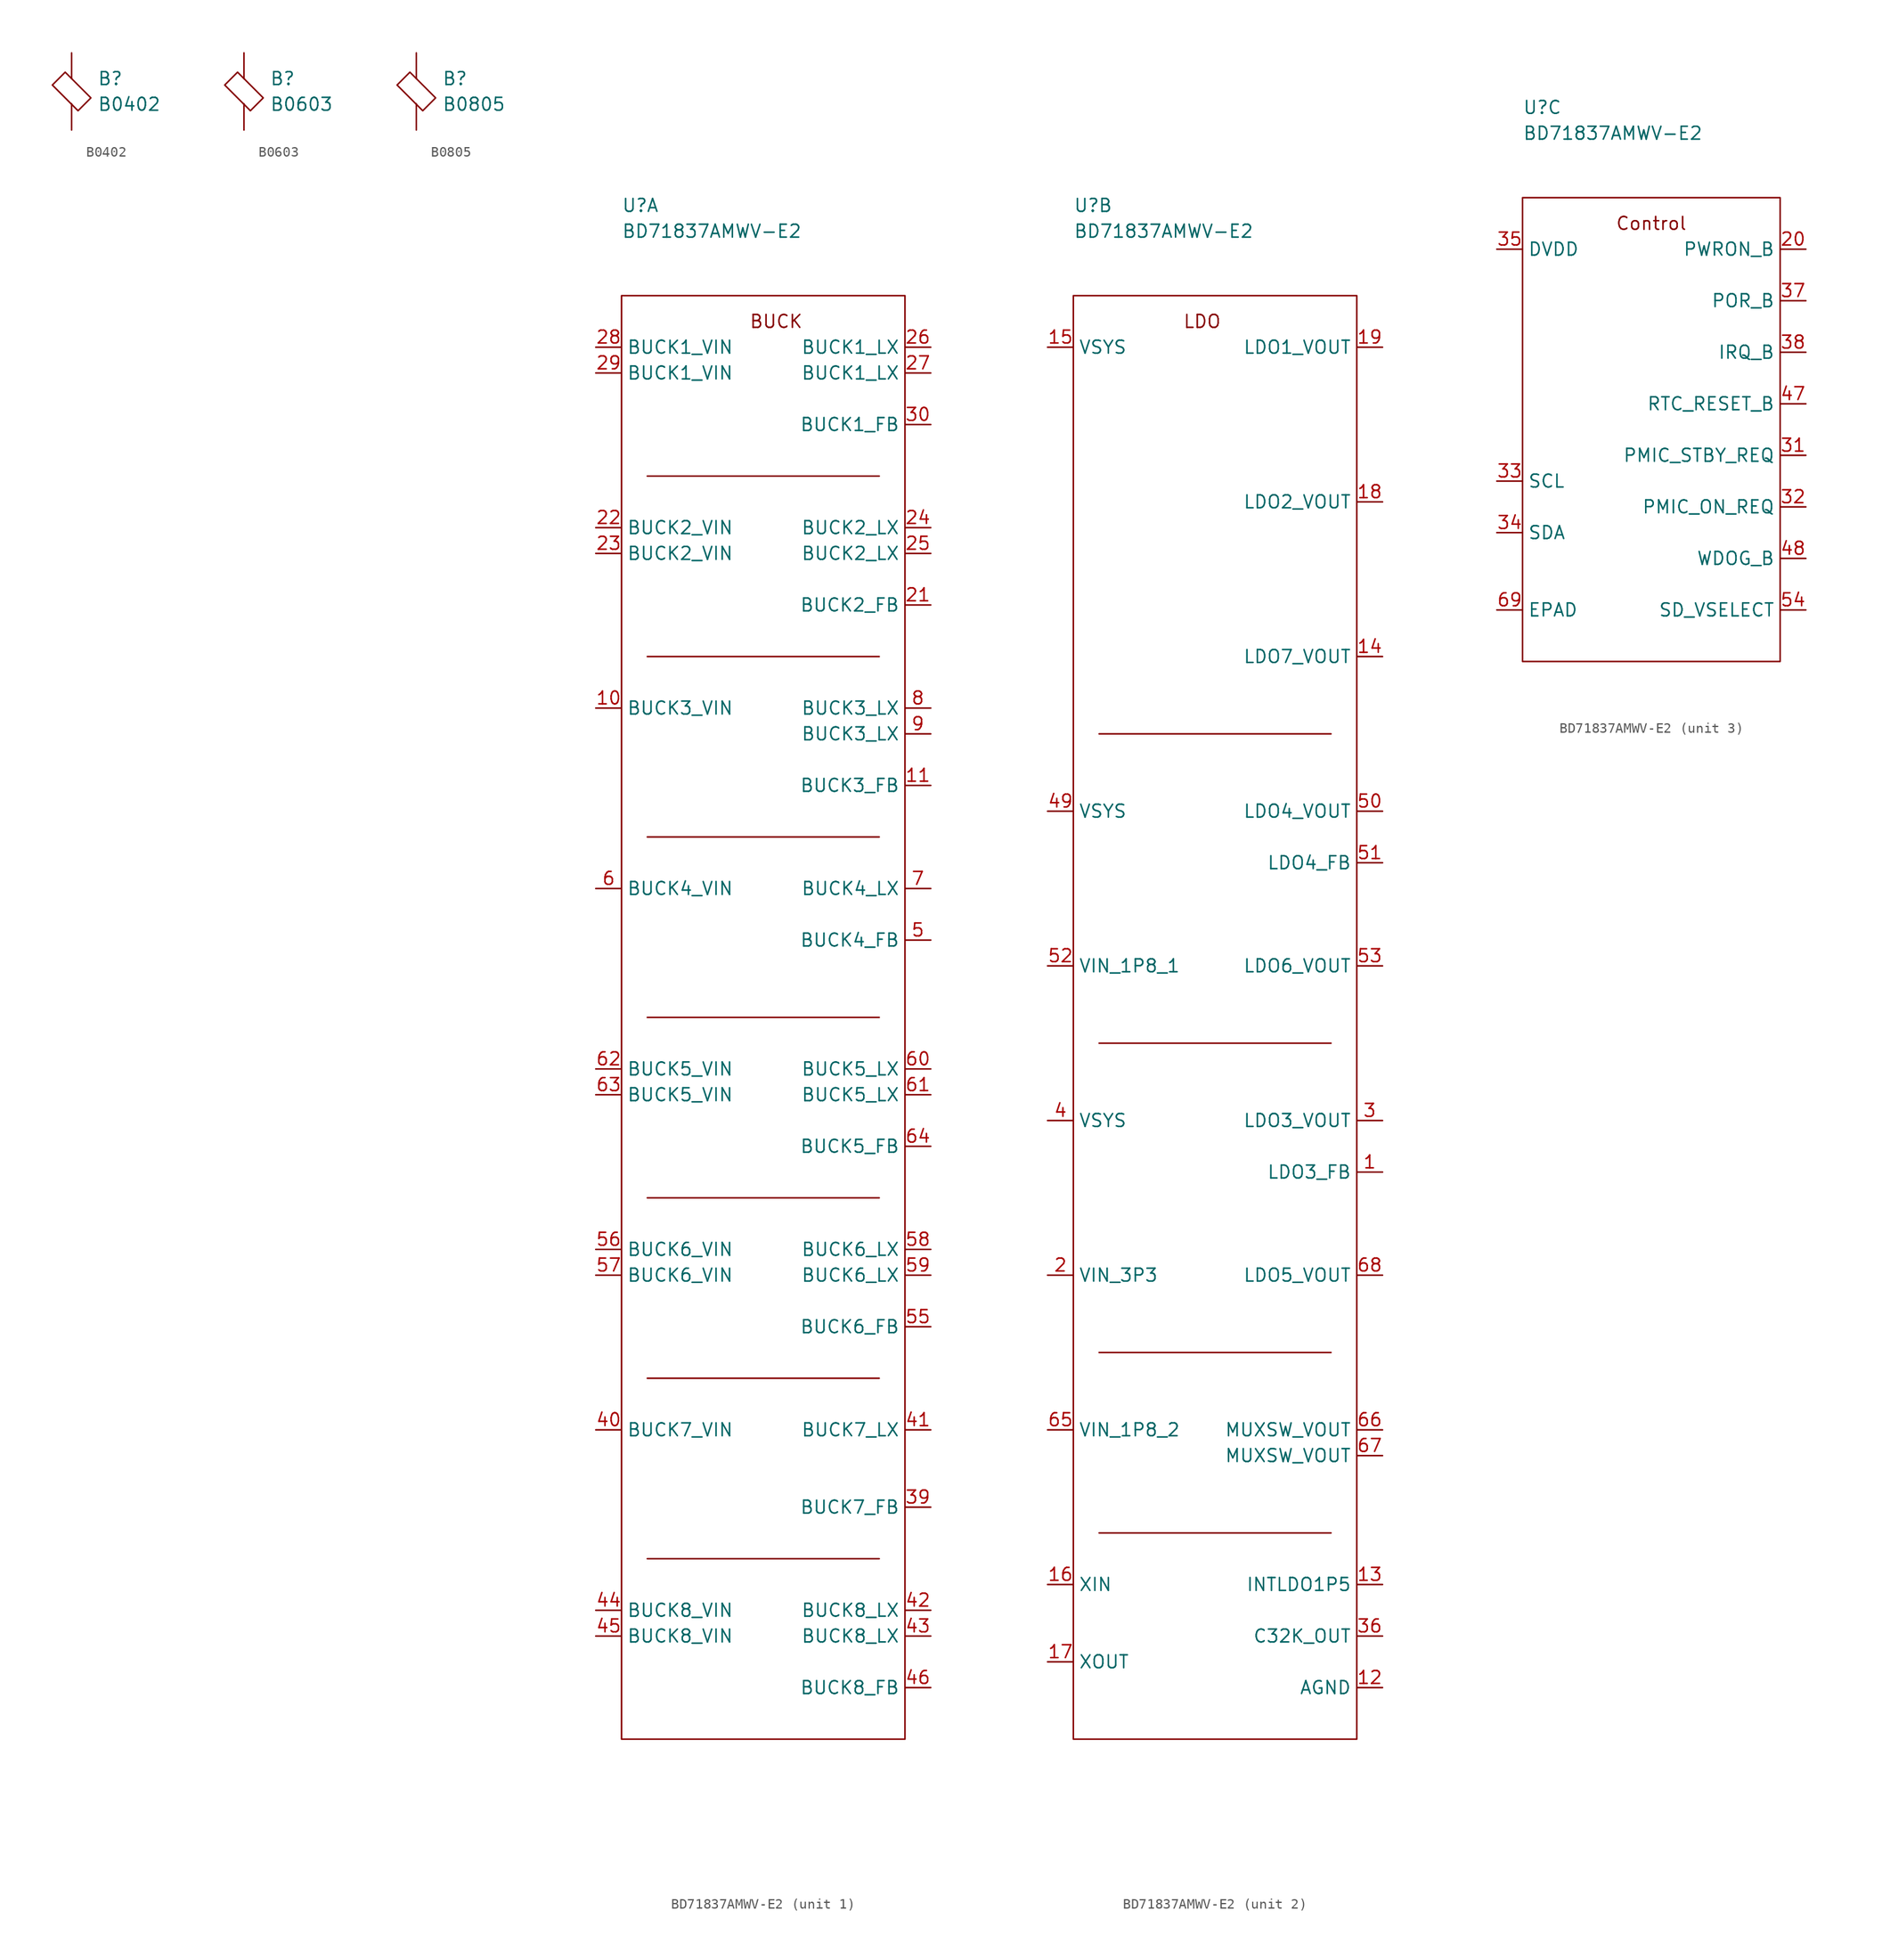
<source format=kicad_sym>
(kicad_symbol_lib
  (version 20211014)
  (generator kicad_symbol_editor)
  (symbol "B0402"
    (pin_numbers hide)
    (pin_names
      (offset 0))
    (property "Reference" "B"
      (at 2.54 2.54 0)
      (effects (font (size 1.27 1.27)) (justify left)))
    (property "Value" "B0402"
      (at 2.54 0 0)
      (effects (font (size 1.27 1.27)) (justify left)))
    (symbol "B0402_0_1"
      (polyline (pts (xy 0 0) (xy 0 0.051)) (stroke (width 0) (type default) (color 0 0 0 0)) (fill (type none)))
      (polyline (pts (xy 0 2.54) (xy 0 2.565)) (stroke (width 0) (type default) (color 0 0 0 0)) (fill (type none)))
      (polyline (pts (xy -1.905 1.905) (xy -0.635 3.175) (xy 1.905 0.635) (xy 0.635 -0.635) (xy -1.905 1.905)) (stroke (width 0.152) (type default) (color 0 0 0 0)) (fill (type none))))
    (symbol "B0402_1_1"
      (pin passive line (at 0 5.08 270) (length 2.54) (name "~" (effects (font (size 1.27 1.27)))) (number "1" (effects (font (size 1.27 1.27)))))
      (pin passive line (at 0 -2.54 90) (length 2.54) (name "~" (effects (font (size 1.27 1.27)))) (number "2" (effects (font (size 1.27 1.27)))))))
  (symbol "B0603"
    (pin_numbers hide)
    (pin_names
      (offset 0))
    (property "Reference" "B"
      (at 2.54 2.54 0)
      (effects (font (size 1.27 1.27)) (justify left)))
    (property "Value" "B0603"
      (at 2.54 0 0)
      (effects (font (size 1.27 1.27)) (justify left)))
    (symbol "B0603_0_1"
      (polyline (pts (xy 0 0) (xy 0 0.051)) (stroke (width 0) (type default) (color 0 0 0 0)) (fill (type none)))
      (polyline (pts (xy 0 2.54) (xy 0 2.565)) (stroke (width 0) (type default) (color 0 0 0 0)) (fill (type none)))
      (polyline (pts (xy -1.905 1.905) (xy -0.635 3.175) (xy 1.905 0.635) (xy 0.635 -0.635) (xy -1.905 1.905)) (stroke (width 0.152) (type default) (color 0 0 0 0)) (fill (type none))))
    (symbol "B0603_1_1"
      (pin passive line (at 0 5.08 270) (length 2.54) (name "~" (effects (font (size 1.27 1.27)))) (number "1" (effects (font (size 1.27 1.27)))))
      (pin passive line (at 0 -2.54 90) (length 2.54) (name "~" (effects (font (size 1.27 1.27)))) (number "2" (effects (font (size 1.27 1.27)))))))
  (symbol "B0805"
    (pin_numbers hide)
    (pin_names
      (offset 0))
    (property "Reference" "B"
      (at 2.54 2.54 0)
      (effects (font (size 1.27 1.27)) (justify left)))
    (property "Value" "B0805"
      (at 2.54 0 0)
      (effects (font (size 1.27 1.27)) (justify left)))
    (symbol "B0805_0_1"
      (polyline (pts (xy 0 0) (xy 0 0.051)) (stroke (width 0) (type default) (color 0 0 0 0)) (fill (type none)))
      (polyline (pts (xy 0 2.54) (xy 0 2.565)) (stroke (width 0) (type default) (color 0 0 0 0)) (fill (type none)))
      (polyline (pts (xy -1.905 1.905) (xy -0.635 3.175) (xy 1.905 0.635) (xy 0.635 -0.635) (xy -1.905 1.905)) (stroke (width 0.152) (type default) (color 0 0 0 0)) (fill (type none))))
    (symbol "B0805_1_1"
      (pin passive line (at 0 5.08 270) (length 2.54) (name "~" (effects (font (size 1.27 1.27)))) (number "1" (effects (font (size 1.27 1.27)))))
      (pin passive line (at 0 -2.54 90) (length 2.54) (name "~" (effects (font (size 1.27 1.27)))) (number "2" (effects (font (size 1.27 1.27)))))))
  (symbol "BD71837AMWV-E2"
    (property "Reference" "U"
      (at 0 8.89 0)
      (effects (font (size 1.27 1.27)) (justify left)))
    (property "Value" "BD71837AMWV-E2"
      (at 0 6.35 0)
      (effects (font (size 1.27 1.27)) (justify left)))
    (symbol "BD71837AMWV-E2_1_1"
      (polyline (pts (xy 2.54 -124.46) (xy 25.4 -124.46)) (stroke (width 0.152) (type default) (color 0 0 0 0)) (fill (type none)))
      (polyline (pts (xy 2.54 -106.68) (xy 25.4 -106.68)) (stroke (width 0.152) (type default) (color 0 0 0 0)) (fill (type none)))
      (polyline (pts (xy 2.54 -88.9) (xy 25.4 -88.9)) (stroke (width 0.152) (type default) (color 0 0 0 0)) (fill (type none)))
      (polyline (pts (xy 2.54 -71.12) (xy 25.4 -71.12)) (stroke (width 0.152) (type default) (color 0 0 0 0)) (fill (type none)))
      (polyline (pts (xy 2.54 -53.34) (xy 25.4 -53.34)) (stroke (width 0.152) (type default) (color 0 0 0 0)) (fill (type none)))
      (polyline (pts (xy 2.54 -35.56) (xy 25.4 -35.56)) (stroke (width 0.152) (type default) (color 0 0 0 0)) (fill (type none)))
      (polyline (pts (xy 2.54 -17.78) (xy 25.4 -17.78)) (stroke (width 0.152) (type default) (color 0 0 0 0)) (fill (type none)))
      (rectangle (start 0 0) (end 27.94 -142.24) (stroke (width 0.152) (type default) (color 0 0 0 0)) (fill (type none)))
      (text "BUCK" (at 15.24 -2.54 0) (effects (font (size 1.27 1.27))))
      (pin passive line (at -2.54 -40.64 0) (length 2.54) (name "BUCK3_VIN" (effects (font (size 1.27 1.27)))) (number "10" (effects (font (size 1.27 1.27)))))
      (pin passive line (at 30.48 -48.26 180) (length 2.54) (name "BUCK3_FB" (effects (font (size 1.27 1.27)))) (number "11" (effects (font (size 1.27 1.27)))))
      (pin passive line (at 30.48 -30.48 180) (length 2.54) (name "BUCK2_FB" (effects (font (size 1.27 1.27)))) (number "21" (effects (font (size 1.27 1.27)))))
      (pin passive line (at -2.54 -22.86 0) (length 2.54) (name "BUCK2_VIN" (effects (font (size 1.27 1.27)))) (number "22" (effects (font (size 1.27 1.27)))))
      (pin passive line (at -2.54 -25.4 0) (length 2.54) (name "BUCK2_VIN" (effects (font (size 1.27 1.27)))) (number "23" (effects (font (size 1.27 1.27)))))
      (pin passive line (at 30.48 -22.86 180) (length 2.54) (name "BUCK2_LX" (effects (font (size 1.27 1.27)))) (number "24" (effects (font (size 1.27 1.27)))))
      (pin passive line (at 30.48 -25.4 180) (length 2.54) (name "BUCK2_LX" (effects (font (size 1.27 1.27)))) (number "25" (effects (font (size 1.27 1.27)))))
      (pin passive line (at 30.48 -5.08 180) (length 2.54) (name "BUCK1_LX" (effects (font (size 1.27 1.27)))) (number "26" (effects (font (size 1.27 1.27)))))
      (pin passive line (at 30.48 -7.62 180) (length 2.54) (name "BUCK1_LX" (effects (font (size 1.27 1.27)))) (number "27" (effects (font (size 1.27 1.27)))))
      (pin passive line (at -2.54 -5.08 0) (length 2.54) (name "BUCK1_VIN" (effects (font (size 1.27 1.27)))) (number "28" (effects (font (size 1.27 1.27)))))
      (pin passive line (at -2.54 -7.62 0) (length 2.54) (name "BUCK1_VIN" (effects (font (size 1.27 1.27)))) (number "29" (effects (font (size 1.27 1.27)))))
      (pin passive line (at 30.48 -12.7 180) (length 2.54) (name "BUCK1_FB" (effects (font (size 1.27 1.27)))) (number "30" (effects (font (size 1.27 1.27)))))
      (pin passive line (at 30.48 -119.38 180) (length 2.54) (name "BUCK7_FB" (effects (font (size 1.27 1.27)))) (number "39" (effects (font (size 1.27 1.27)))))
      (pin passive line (at -2.54 -111.76 0) (length 2.54) (name "BUCK7_VIN" (effects (font (size 1.27 1.27)))) (number "40" (effects (font (size 1.27 1.27)))))
      (pin passive line (at 30.48 -111.76 180) (length 2.54) (name "BUCK7_LX" (effects (font (size 1.27 1.27)))) (number "41" (effects (font (size 1.27 1.27)))))
      (pin passive line (at 30.48 -129.54 180) (length 2.54) (name "BUCK8_LX" (effects (font (size 1.27 1.27)))) (number "42" (effects (font (size 1.27 1.27)))))
      (pin passive line (at 30.48 -132.08 180) (length 2.54) (name "BUCK8_LX" (effects (font (size 1.27 1.27)))) (number "43" (effects (font (size 1.27 1.27)))))
      (pin passive line (at -2.54 -129.54 0) (length 2.54) (name "BUCK8_VIN" (effects (font (size 1.27 1.27)))) (number "44" (effects (font (size 1.27 1.27)))))
      (pin passive line (at -2.54 -132.08 0) (length 2.54) (name "BUCK8_VIN" (effects (font (size 1.27 1.27)))) (number "45" (effects (font (size 1.27 1.27)))))
      (pin passive line (at 30.48 -137.16 180) (length 2.54) (name "BUCK8_FB" (effects (font (size 1.27 1.27)))) (number "46" (effects (font (size 1.27 1.27)))))
      (pin passive line (at 30.48 -63.5 180) (length 2.54) (name "BUCK4_FB" (effects (font (size 1.27 1.27)))) (number "5" (effects (font (size 1.27 1.27)))))
      (pin passive line (at 30.48 -101.6 180) (length 2.54) (name "BUCK6_FB" (effects (font (size 1.27 1.27)))) (number "55" (effects (font (size 1.27 1.27)))))
      (pin passive line (at -2.54 -93.98 0) (length 2.54) (name "BUCK6_VIN" (effects (font (size 1.27 1.27)))) (number "56" (effects (font (size 1.27 1.27)))))
      (pin passive line (at -2.54 -96.52 0) (length 2.54) (name "BUCK6_VIN" (effects (font (size 1.27 1.27)))) (number "57" (effects (font (size 1.27 1.27)))))
      (pin passive line (at 30.48 -93.98 180) (length 2.54) (name "BUCK6_LX" (effects (font (size 1.27 1.27)))) (number "58" (effects (font (size 1.27 1.27)))))
      (pin passive line (at 30.48 -96.52 180) (length 2.54) (name "BUCK6_LX" (effects (font (size 1.27 1.27)))) (number "59" (effects (font (size 1.27 1.27)))))
      (pin passive line (at -2.54 -58.42 0) (length 2.54) (name "BUCK4_VIN" (effects (font (size 1.27 1.27)))) (number "6" (effects (font (size 1.27 1.27)))))
      (pin passive line (at 30.48 -76.2 180) (length 2.54) (name "BUCK5_LX" (effects (font (size 1.27 1.27)))) (number "60" (effects (font (size 1.27 1.27)))))
      (pin passive line (at 30.48 -78.74 180) (length 2.54) (name "BUCK5_LX" (effects (font (size 1.27 1.27)))) (number "61" (effects (font (size 1.27 1.27)))))
      (pin passive line (at -2.54 -76.2 0) (length 2.54) (name "BUCK5_VIN" (effects (font (size 1.27 1.27)))) (number "62" (effects (font (size 1.27 1.27)))))
      (pin passive line (at -2.54 -78.74 0) (length 2.54) (name "BUCK5_VIN" (effects (font (size 1.27 1.27)))) (number "63" (effects (font (size 1.27 1.27)))))
      (pin passive line (at 30.48 -83.82 180) (length 2.54) (name "BUCK5_FB" (effects (font (size 1.27 1.27)))) (number "64" (effects (font (size 1.27 1.27)))))
      (pin passive line (at 30.48 -58.42 180) (length 2.54) (name "BUCK4_LX" (effects (font (size 1.27 1.27)))) (number "7" (effects (font (size 1.27 1.27)))))
      (pin passive line (at 30.48 -40.64 180) (length 2.54) (name "BUCK3_LX" (effects (font (size 1.27 1.27)))) (number "8" (effects (font (size 1.27 1.27)))))
      (pin passive line (at 30.48 -43.18 180) (length 2.54) (name "BUCK3_LX" (effects (font (size 1.27 1.27)))) (number "9" (effects (font (size 1.27 1.27))))))
    (symbol "BD71837AMWV-E2_2_1"
      (polyline (pts (xy 2.54 -121.92) (xy 25.4 -121.92)) (stroke (width 0.152) (type default) (color 0 0 0 0)) (fill (type none)))
      (polyline (pts (xy 2.54 -104.14) (xy 25.4 -104.14)) (stroke (width 0.152) (type default) (color 0 0 0 0)) (fill (type none)))
      (polyline (pts (xy 2.54 -73.66) (xy 25.4 -73.66)) (stroke (width 0.152) (type default) (color 0 0 0 0)) (fill (type none)))
      (polyline (pts (xy 2.54 -43.18) (xy 25.4 -43.18)) (stroke (width 0.152) (type default) (color 0 0 0 0)) (fill (type none)))
      (rectangle (start 0 0) (end 27.94 -142.24) (stroke (width 0.152) (type default) (color 0 0 0 0)) (fill (type none)))
      (text "LDO" (at 12.7 -2.54 0) (effects (font (size 1.27 1.27))))
      (pin passive line (at 30.48 -86.36 180) (length 2.54) (name "LDO3_FB" (effects (font (size 1.27 1.27)))) (number "1" (effects (font (size 1.27 1.27)))))
      (pin passive line (at 30.48 -137.16 180) (length 2.54) (name "AGND" (effects (font (size 1.27 1.27)))) (number "12" (effects (font (size 1.27 1.27)))))
      (pin passive line (at 30.48 -127 180) (length 2.54) (name "INTLDO1P5" (effects (font (size 1.27 1.27)))) (number "13" (effects (font (size 1.27 1.27)))))
      (pin passive line (at 30.48 -35.56 180) (length 2.54) (name "LDO7_VOUT" (effects (font (size 1.27 1.27)))) (number "14" (effects (font (size 1.27 1.27)))))
      (pin passive line (at -2.54 -5.08 0) (length 2.54) (name "VSYS" (effects (font (size 1.27 1.27)))) (number "15" (effects (font (size 1.27 1.27)))))
      (pin passive line (at -2.54 -127 0) (length 2.54) (name "XIN" (effects (font (size 1.27 1.27)))) (number "16" (effects (font (size 1.27 1.27)))))
      (pin passive line (at -2.54 -134.62 0) (length 2.54) (name "XOUT" (effects (font (size 1.27 1.27)))) (number "17" (effects (font (size 1.27 1.27)))))
      (pin passive line (at 30.48 -20.32 180) (length 2.54) (name "LDO2_VOUT" (effects (font (size 1.27 1.27)))) (number "18" (effects (font (size 1.27 1.27)))))
      (pin passive line (at 30.48 -5.08 180) (length 2.54) (name "LDO1_VOUT" (effects (font (size 1.27 1.27)))) (number "19" (effects (font (size 1.27 1.27)))))
      (pin passive line (at -2.54 -96.52 0) (length 2.54) (name "VIN_3P3" (effects (font (size 1.27 1.27)))) (number "2" (effects (font (size 1.27 1.27)))))
      (pin passive line (at 30.48 -81.28 180) (length 2.54) (name "LDO3_VOUT" (effects (font (size 1.27 1.27)))) (number "3" (effects (font (size 1.27 1.27)))))
      (pin passive line (at 30.48 -132.08 180) (length 2.54) (name "C32K_OUT" (effects (font (size 1.27 1.27)))) (number "36" (effects (font (size 1.27 1.27)))))
      (pin passive line (at -2.54 -81.28 0) (length 2.54) (name "VSYS" (effects (font (size 1.27 1.27)))) (number "4" (effects (font (size 1.27 1.27)))))
      (pin passive line (at -2.54 -50.8 0) (length 2.54) (name "VSYS" (effects (font (size 1.27 1.27)))) (number "49" (effects (font (size 1.27 1.27)))))
      (pin passive line (at 30.48 -50.8 180) (length 2.54) (name "LDO4_VOUT" (effects (font (size 1.27 1.27)))) (number "50" (effects (font (size 1.27 1.27)))))
      (pin passive line (at 30.48 -55.88 180) (length 2.54) (name "LDO4_FB" (effects (font (size 1.27 1.27)))) (number "51" (effects (font (size 1.27 1.27)))))
      (pin passive line (at -2.54 -66.04 0) (length 2.54) (name "VIN_1P8_1" (effects (font (size 1.27 1.27)))) (number "52" (effects (font (size 1.27 1.27)))))
      (pin passive line (at 30.48 -66.04 180) (length 2.54) (name "LDO6_VOUT" (effects (font (size 1.27 1.27)))) (number "53" (effects (font (size 1.27 1.27)))))
      (pin passive line (at -2.54 -111.76 0) (length 2.54) (name "VIN_1P8_2" (effects (font (size 1.27 1.27)))) (number "65" (effects (font (size 1.27 1.27)))))
      (pin passive line (at 30.48 -111.76 180) (length 2.54) (name "MUXSW_VOUT" (effects (font (size 1.27 1.27)))) (number "66" (effects (font (size 1.27 1.27)))))
      (pin passive line (at 30.48 -114.3 180) (length 2.54) (name "MUXSW_VOUT" (effects (font (size 1.27 1.27)))) (number "67" (effects (font (size 1.27 1.27)))))
      (pin passive line (at 30.48 -96.52 180) (length 2.54) (name "LDO5_VOUT" (effects (font (size 1.27 1.27)))) (number "68" (effects (font (size 1.27 1.27))))))
    (symbol "BD71837AMWV-E2_3_1"
      (rectangle (start 0 0) (end 25.4 -45.72) (stroke (width 0.152) (type default) (color 0 0 0 0)) (fill (type none)))
      (text "Control" (at 12.7 -2.54 0) (effects (font (size 1.27 1.27))))
      (pin passive line (at 27.94 -5.08 180) (length 2.54) (name "PWRON_B" (effects (font (size 1.27 1.27)))) (number "20" (effects (font (size 1.27 1.27)))))
      (pin passive line (at 27.94 -25.4 180) (length 2.54) (name "PMIC_STBY_REQ" (effects (font (size 1.27 1.27)))) (number "31" (effects (font (size 1.27 1.27)))))
      (pin passive line (at 27.94 -30.48 180) (length 2.54) (name "PMIC_ON_REQ" (effects (font (size 1.27 1.27)))) (number "32" (effects (font (size 1.27 1.27)))))
      (pin passive line (at -2.54 -27.94 0) (length 2.54) (name "SCL" (effects (font (size 1.27 1.27)))) (number "33" (effects (font (size 1.27 1.27)))))
      (pin passive line (at -2.54 -33.02 0) (length 2.54) (name "SDA" (effects (font (size 1.27 1.27)))) (number "34" (effects (font (size 1.27 1.27)))))
      (pin passive line (at -2.54 -5.08 0) (length 2.54) (name "DVDD" (effects (font (size 1.27 1.27)))) (number "35" (effects (font (size 1.27 1.27)))))
      (pin passive line (at 27.94 -10.16 180) (length 2.54) (name "POR_B" (effects (font (size 1.27 1.27)))) (number "37" (effects (font (size 1.27 1.27)))))
      (pin passive line (at 27.94 -15.24 180) (length 2.54) (name "IRQ_B" (effects (font (size 1.27 1.27)))) (number "38" (effects (font (size 1.27 1.27)))))
      (pin passive line (at 27.94 -20.32 180) (length 2.54) (name "RTC_RESET_B" (effects (font (size 1.27 1.27)))) (number "47" (effects (font (size 1.27 1.27)))))
      (pin passive line (at 27.94 -35.56 180) (length 2.54) (name "WDOG_B" (effects (font (size 1.27 1.27)))) (number "48" (effects (font (size 1.27 1.27)))))
      (pin passive line (at 27.94 -40.64 180) (length 2.54) (name "SD_VSELECT" (effects (font (size 1.27 1.27)))) (number "54" (effects (font (size 1.27 1.27)))))
      (pin passive line (at -2.54 -40.64 0) (length 2.54) (name "EPAD" (effects (font (size 1.27 1.27)))) (number "69" (effects (font (size 1.27 1.27))))))))
</source>
